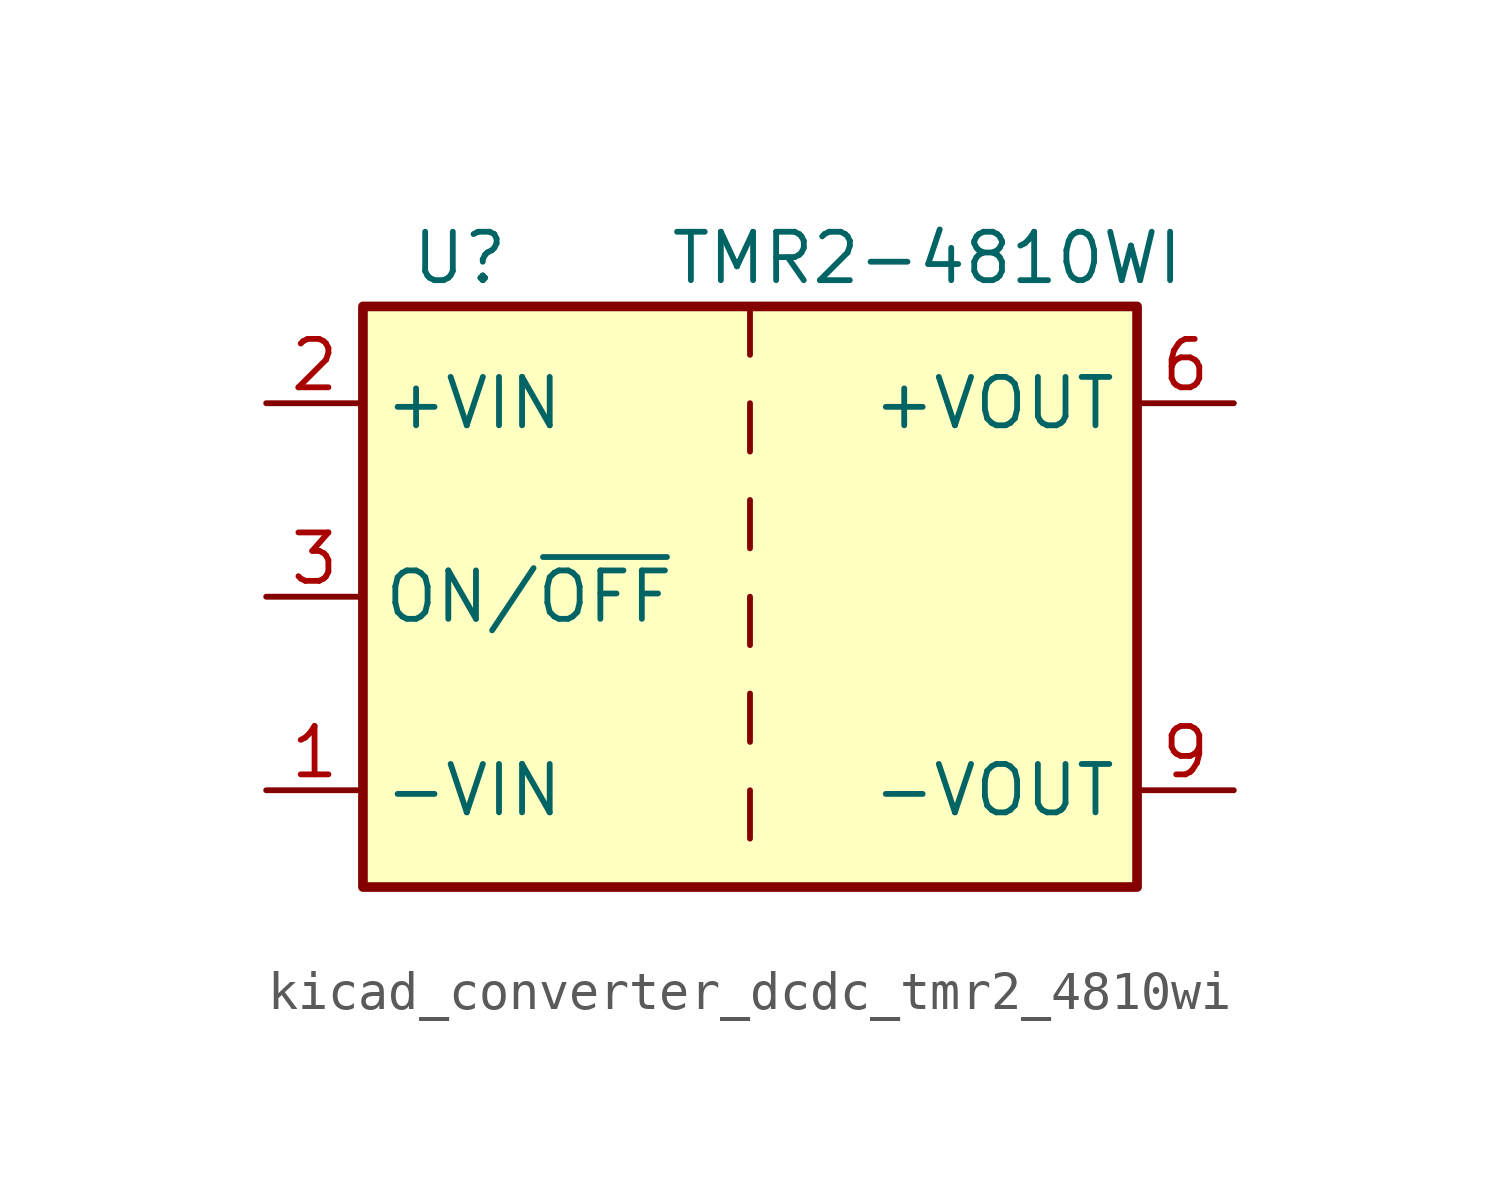
<source format=kicad_sym>
(kicad_symbol_lib
  (version 20220914)
  (generator kicad_symbol_editor)
  (symbol "kicad_converter_dcdc_tmr2_4810wi"
    (property "Reference" "U"
      (at -7.62 8.89 0)
      (effects (font (size 1.27 1.27))))
    (property "Value" "TMR2-4810WI"
      (at 11.43 8.89 0)
      (effects (font (size 1.27 1.27)) (justify right)))
    (symbol "kicad_converter_dcdc_tmr2_4810wi_0_1"
      (rectangle (start -10.16 7.62) (end 10.16 -7.62) (stroke (width 0.254) (type default)) (fill (type background)))
      (polyline (pts (xy 0 -5.08) (xy 0 -6.35)) (stroke (width 0) (type default)) (fill (type none)))
      (polyline (pts (xy 0 -2.54) (xy 0 -3.81)) (stroke (width 0) (type default)) (fill (type none)))
      (polyline (pts (xy 0 0) (xy 0 -1.27)) (stroke (width 0) (type default)) (fill (type none)))
      (polyline (pts (xy 0 2.54) (xy 0 1.27)) (stroke (width 0) (type default)) (fill (type none)))
      (polyline (pts (xy 0 5.08) (xy 0 3.81)) (stroke (width 0) (type default)) (fill (type none)))
      (polyline (pts (xy 0 7.62) (xy 0 6.35)) (stroke (width 0) (type default)) (fill (type none))))
    (symbol "kicad_converter_dcdc_tmr2_4810wi_1_1"
      (pin power_in line (at -12.7 -5.08 0) (length 2.54) (name "-VIN" (effects (font (size 1.27 1.27)))) (number "1" (effects (font (size 1.27 1.27)))))
      (pin power_in line (at -12.7 5.08 0) (length 2.54) (name "+VIN" (effects (font (size 1.27 1.27)))) (number "2" (effects (font (size 1.27 1.27)))))
      (pin input line (at -12.7 0 0) (length 2.54) (name "ON/~{OFF}" (effects (font (size 1.27 1.27)))) (number "3" (effects (font (size 1.27 1.27)))))
      (pin power_out line (at 12.7 5.08 180) (length 2.54) (name "+VOUT" (effects (font (size 1.27 1.27)))) (number "6" (effects (font (size 1.27 1.27)))))
      (pin no_connect line (at 10.16 2.54 180) (length 2.54) hide (name "NC" (effects (font (size 1.27 1.27)))) (number "7" (effects (font (size 1.27 1.27)))))
      (pin no_connect line (at 10.16 0 180) (length 2.54) hide (name "NC" (effects (font (size 1.27 1.27)))) (number "8" (effects (font (size 1.27 1.27)))))
      (pin power_out line (at 12.7 -5.08 180) (length 2.54) (name "-VOUT" (effects (font (size 1.27 1.27)))) (number "9" (effects (font (size 1.27 1.27))))))))
</source>
